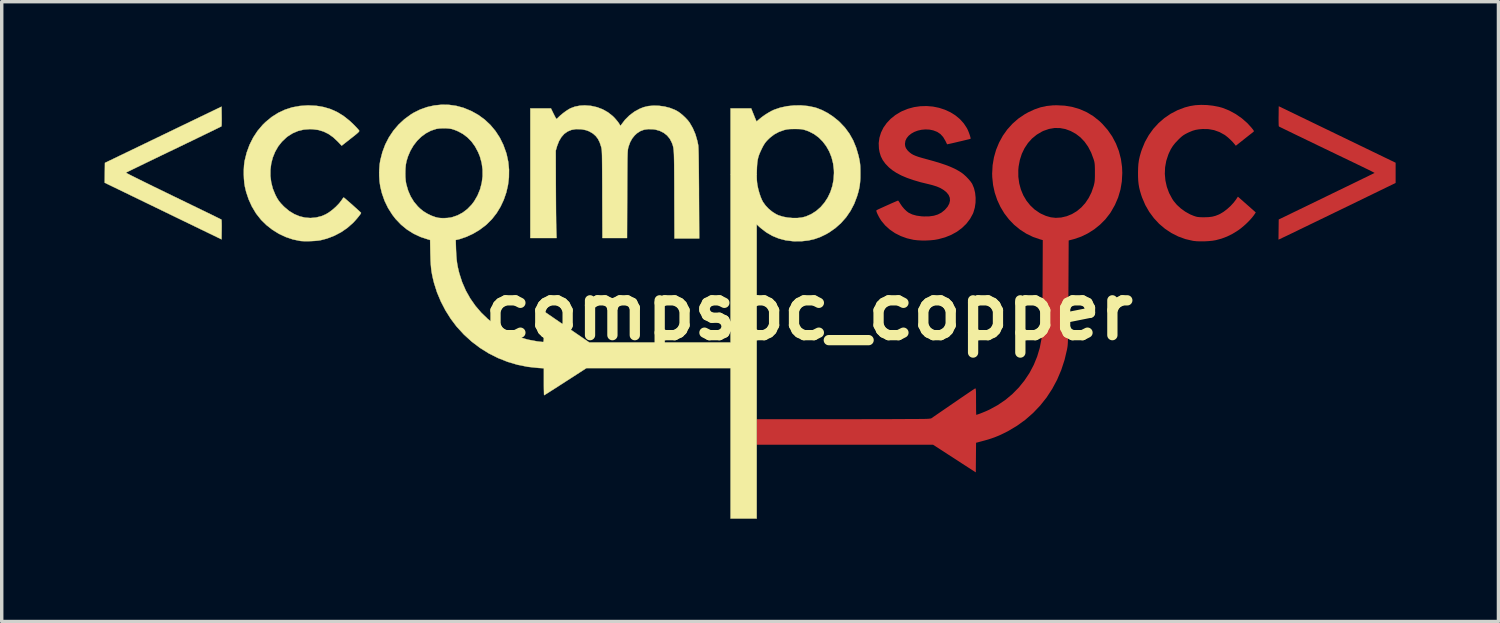
<source format=kicad_pcb>
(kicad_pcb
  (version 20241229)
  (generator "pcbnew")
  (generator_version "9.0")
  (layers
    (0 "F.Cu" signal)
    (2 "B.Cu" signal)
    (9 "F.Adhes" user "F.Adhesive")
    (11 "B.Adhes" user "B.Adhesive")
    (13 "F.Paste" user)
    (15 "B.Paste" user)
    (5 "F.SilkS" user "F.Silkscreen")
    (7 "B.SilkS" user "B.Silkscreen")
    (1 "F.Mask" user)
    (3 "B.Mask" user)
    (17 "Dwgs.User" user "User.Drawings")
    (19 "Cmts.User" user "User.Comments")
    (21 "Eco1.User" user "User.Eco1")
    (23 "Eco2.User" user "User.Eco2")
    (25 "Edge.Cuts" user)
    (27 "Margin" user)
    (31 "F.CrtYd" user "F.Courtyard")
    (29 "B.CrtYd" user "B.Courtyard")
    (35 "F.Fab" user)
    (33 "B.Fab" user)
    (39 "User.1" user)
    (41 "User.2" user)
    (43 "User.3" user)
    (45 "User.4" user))
  (footprint "compsoc_copper"
    (layer "F.Cu")
    (at 20.551 6.039)
    (property "Reference" "compsoc_copper" (at 0 0 0) (layer "F.SilkS") (effects (font (size 1.524 1.524) (thickness 0.3))))
    (attr through_hole)
    (fp_poly (pts (xy -17.134 -5.695) (xy -17.133 -5.609) (xy -17.134 -5.532) (xy -17.135 -5.469) (xy -17.138 -5.425) (xy -17.141 -5.404) (xy -17.141 -5.403) (xy -17.155 -5.395) (xy -17.193 -5.377) (xy -17.253 -5.347) (xy -17.333 -5.308) (xy -17.432 -5.26) (xy -17.549 -5.203) (xy -17.681 -5.139) (xy -17.826 -5.069) (xy -17.984 -4.992) (xy -18.153 -4.911) (xy -18.331 -4.825) (xy -18.515 -4.736) (xy -18.535 -4.727) (xy -18.72 -4.638) (xy -18.899 -4.552) (xy -19.068 -4.47) (xy -19.228 -4.393) (xy -19.375 -4.322) (xy -19.508 -4.257) (xy -19.626 -4.2) (xy -19.727 -4.151) (xy -19.81 -4.11) (xy -19.872 -4.08) (xy -19.912 -4.06) (xy -19.929 -4.051) (xy -19.929 -4.051) (xy -19.918 -4.044) (xy -19.883 -4.025) (xy -19.826 -3.995) (xy -19.749 -3.956) (xy -19.652 -3.908) (xy -19.538 -3.851) (xy -19.408 -3.787) (xy -19.264 -3.716) (xy -19.108 -3.639) (xy -18.94 -3.558) (xy -18.764 -3.472) (xy -18.579 -3.382) (xy -18.546 -3.366) (xy -18.36 -3.276) (xy -18.181 -3.189) (xy -18.01 -3.106) (xy -17.851 -3.029) (xy -17.703 -2.957) (xy -17.568 -2.892) (xy -17.449 -2.834) (xy -17.347 -2.784) (xy -17.264 -2.743) (xy -17.201 -2.712) (xy -17.16 -2.691) (xy -17.142 -2.682) (xy -17.141 -2.682) (xy -17.138 -2.665) (xy -17.136 -2.625) (xy -17.134 -2.565) (xy -17.133 -2.491) (xy -17.134 -2.406) (xy -17.134 -2.389) (xy -17.138 -2.106) (xy -18.842 -2.932) (xy -20.546 -3.758) (xy -20.543 -4.047) (xy -20.539 -4.337) (xy -18.838 -5.157) (xy -17.138 -5.977) (xy -17.134 -5.695)) (stroke (width 0.01) (type solid)) (fill yes) (layer "F.SilkS"))
    (fp_poly (pts (xy -14.364 -6.001) (xy -14.151 -5.964) (xy -13.95 -5.903) (xy -13.759 -5.817) (xy -13.576 -5.704) (xy -13.401 -5.565) (xy -13.298 -5.469) (xy -13.243 -5.413) (xy -13.194 -5.362) (xy -13.155 -5.319) (xy -13.131 -5.29) (xy -13.125 -5.282) (xy -13.121 -5.271) (xy -13.123 -5.259) (xy -13.133 -5.244) (xy -13.153 -5.223) (xy -13.186 -5.193) (xy -13.234 -5.153) (xy -13.3 -5.1) (xy -13.371 -5.045) (xy -13.632 -4.839) (xy -13.746 -4.959) (xy -13.878 -5.083) (xy -14.015 -5.18) (xy -14.159 -5.251) (xy -14.312 -5.297) (xy -14.477 -5.319) (xy -14.563 -5.322) (xy -14.739 -5.308) (xy -14.905 -5.268) (xy -15.062 -5.201) (xy -15.209 -5.108) (xy -15.243 -5.081) (xy -15.374 -4.957) (xy -15.485 -4.817) (xy -15.574 -4.661) (xy -15.642 -4.495) (xy -15.688 -4.319) (xy -15.711 -4.137) (xy -15.712 -3.953) (xy -15.688 -3.767) (xy -15.641 -3.584) (xy -15.568 -3.406) (xy -15.563 -3.396) (xy -15.516 -3.307) (xy -15.467 -3.23) (xy -15.41 -3.159) (xy -15.339 -3.084) (xy -15.299 -3.045) (xy -15.162 -2.931) (xy -15.015 -2.842) (xy -14.862 -2.778) (xy -14.703 -2.74) (xy -14.543 -2.728) (xy -14.382 -2.742) (xy -14.223 -2.782) (xy -14.096 -2.836) (xy -14 -2.894) (xy -13.9 -2.969) (xy -13.801 -3.056) (xy -13.712 -3.148) (xy -13.641 -3.238) (xy -13.624 -3.263) (xy -13.6 -3.299) (xy -13.58 -3.322) (xy -13.572 -3.327) (xy -13.558 -3.316) (xy -13.526 -3.29) (xy -13.482 -3.252) (xy -13.427 -3.204) (xy -13.366 -3.151) (xy -13.303 -3.095) (xy -13.241 -3.039) (xy -13.183 -2.987) (xy -13.133 -2.942) (xy -13.095 -2.906) (xy -13.072 -2.884) (xy -13.067 -2.878) (xy -13.076 -2.858) (xy -13.1 -2.822) (xy -13.136 -2.775) (xy -13.179 -2.722) (xy -13.227 -2.667) (xy -13.274 -2.615) (xy -13.301 -2.587) (xy -13.467 -2.44) (xy -13.651 -2.314) (xy -13.85 -2.21) (xy -14.062 -2.129) (xy -14.245 -2.081) (xy -14.317 -2.07) (xy -14.409 -2.061) (xy -14.511 -2.055) (xy -14.617 -2.052) (xy -14.716 -2.052) (xy -14.801 -2.056) (xy -14.842 -2.06) (xy -15.055 -2.104) (xy -15.263 -2.174) (xy -15.463 -2.268) (xy -15.651 -2.384) (xy -15.825 -2.52) (xy -15.982 -2.674) (xy -16.117 -2.844) (xy -16.138 -2.874) (xy -16.254 -3.069) (xy -16.346 -3.272) (xy -16.419 -3.49) (xy -16.455 -3.641) (xy -16.472 -3.747) (xy -16.483 -3.872) (xy -16.488 -4.006) (xy -16.487 -4.141) (xy -16.48 -4.268) (xy -16.466 -4.377) (xy -16.463 -4.396) (xy -16.403 -4.638) (xy -16.32 -4.864) (xy -16.214 -5.075) (xy -16.087 -5.269) (xy -15.938 -5.445) (xy -15.851 -5.53) (xy -15.674 -5.676) (xy -15.486 -5.795) (xy -15.288 -5.888) (xy -15.079 -5.956) (xy -14.858 -5.997) (xy -14.626 -6.013) (xy -14.591 -6.013) (xy -14.364 -6.001)) (stroke (width 0.01) (type solid)) (fill yes) (layer "F.SilkS"))
    (fp_poly (pts (xy -6.357 -6) (xy -6.181 -5.961) (xy -6.016 -5.898) (xy -5.862 -5.811) (xy -5.724 -5.702) (xy -5.67 -5.648) (xy -5.624 -5.595) (xy -5.58 -5.542) (xy -5.546 -5.495) (xy -5.537 -5.481) (xy -5.498 -5.414) (xy -5.476 -5.448) (xy -5.365 -5.594) (xy -5.235 -5.723) (xy -5.09 -5.832) (xy -4.933 -5.917) (xy -4.822 -5.961) (xy -4.683 -5.994) (xy -4.531 -6.007) (xy -4.371 -6.002) (xy -4.21 -5.98) (xy -4.055 -5.94) (xy -3.91 -5.883) (xy -3.829 -5.84) (xy -3.759 -5.792) (xy -3.682 -5.728) (xy -3.605 -5.656) (xy -3.536 -5.582) (xy -3.483 -5.514) (xy -3.482 -5.512) (xy -3.389 -5.352) (xy -3.312 -5.172) (xy -3.255 -4.975) (xy -3.23 -4.854) (xy -3.227 -4.821) (xy -3.224 -4.762) (xy -3.221 -4.675) (xy -3.218 -4.562) (xy -3.216 -4.421) (xy -3.214 -4.253) (xy -3.212 -4.057) (xy -3.21 -3.833) (xy -3.208 -3.582) (xy -3.208 -3.447) (xy -3.201 -2.131) (xy -3.922 -2.131) (xy -3.927 -3.411) (xy -3.927 -3.635) (xy -3.928 -3.833) (xy -3.929 -4.006) (xy -3.93 -4.157) (xy -3.931 -4.287) (xy -3.933 -4.398) (xy -3.935 -4.492) (xy -3.937 -4.571) (xy -3.94 -4.638) (xy -3.944 -4.693) (xy -3.949 -4.738) (xy -3.954 -4.777) (xy -3.961 -4.809) (xy -3.968 -4.838) (xy -3.977 -4.866) (xy -3.987 -4.893) (xy -3.998 -4.923) (xy -4.002 -4.932) (xy -4.059 -5.042) (xy -4.138 -5.137) (xy -4.236 -5.214) (xy -4.352 -5.272) (xy -4.482 -5.309) (xy -4.549 -5.318) (xy -4.686 -5.322) (xy -4.808 -5.305) (xy -4.917 -5.265) (xy -5.016 -5.201) (xy -5.085 -5.137) (xy -5.157 -5.047) (xy -5.215 -4.943) (xy -5.26 -4.819) (xy -5.272 -4.777) (xy -5.276 -4.758) (xy -5.28 -4.737) (xy -5.283 -4.712) (xy -5.286 -4.681) (xy -5.289 -4.643) (xy -5.291 -4.595) (xy -5.293 -4.535) (xy -5.295 -4.462) (xy -5.296 -4.374) (xy -5.297 -4.269) (xy -5.298 -4.145) (xy -5.299 -4.001) (xy -5.3 -3.834) (xy -5.301 -3.642) (xy -5.302 -3.424) (xy -5.302 -3.411) (xy -5.307 -2.145) (xy -6.024 -2.145) (xy -6.029 -3.425) (xy -6.029 -3.645) (xy -6.03 -3.837) (xy -6.031 -4.006) (xy -6.032 -4.151) (xy -6.033 -4.276) (xy -6.034 -4.382) (xy -6.035 -4.471) (xy -6.036 -4.545) (xy -6.038 -4.605) (xy -6.04 -4.654) (xy -6.042 -4.693) (xy -6.045 -4.724) (xy -6.049 -4.75) (xy -6.053 -4.771) (xy -6.057 -4.79) (xy -6.062 -4.809) (xy -6.064 -4.814) (xy -6.105 -4.938) (xy -6.156 -5.038) (xy -6.218 -5.119) (xy -6.294 -5.187) (xy -6.326 -5.208) (xy -6.413 -5.258) (xy -6.503 -5.291) (xy -6.604 -5.312) (xy -6.657 -5.319) (xy -6.799 -5.322) (xy -6.926 -5.3) (xy -7.039 -5.254) (xy -7.138 -5.184) (xy -7.222 -5.089) (xy -7.292 -4.971) (xy -7.348 -4.828) (xy -7.355 -4.802) (xy -7.387 -4.692) (xy -7.384 -3.704) (xy -7.383 -3.53) (xy -7.382 -3.358) (xy -7.381 -3.19) (xy -7.38 -3.029) (xy -7.379 -2.879) (xy -7.377 -2.744) (xy -7.376 -2.625) (xy -7.374 -2.527) (xy -7.373 -2.453) (xy -7.372 -2.431) (xy -7.363 -2.145) (xy -8.128 -2.145) (xy -8.128 -5.927) (xy -7.527 -5.927) (xy -7.451 -5.771) (xy -7.421 -5.712) (xy -7.395 -5.663) (xy -7.376 -5.63) (xy -7.366 -5.616) (xy -7.366 -5.616) (xy -7.352 -5.626) (xy -7.326 -5.65) (xy -7.302 -5.674) (xy -7.243 -5.729) (xy -7.169 -5.789) (xy -7.089 -5.848) (xy -7.012 -5.898) (xy -6.959 -5.928) (xy -6.829 -5.977) (xy -6.681 -6.006) (xy -6.54 -6.014) (xy -6.357 -6)) (stroke (width 0.01) (type solid)) (fill yes) (layer "F.SilkS"))
    (fp_poly (pts (xy -10.5 -6.03) (xy -10.287 -6) (xy -10.08 -5.944) (xy -10.064 -5.938) (xy -9.845 -5.847) (xy -9.642 -5.733) (xy -9.458 -5.598) (xy -9.292 -5.442) (xy -9.146 -5.267) (xy -9.02 -5.074) (xy -8.916 -4.863) (xy -8.834 -4.636) (xy -8.819 -4.586) (xy -8.772 -4.365) (xy -8.75 -4.14) (xy -8.753 -3.914) (xy -8.78 -3.691) (xy -8.83 -3.472) (xy -8.903 -3.261) (xy -8.997 -3.06) (xy -9.111 -2.872) (xy -9.246 -2.699) (xy -9.399 -2.545) (xy -9.44 -2.51) (xy -9.614 -2.38) (xy -9.799 -2.27) (xy -9.991 -2.181) (xy -10.183 -2.115) (xy -10.264 -2.096) (xy -10.305 -2.087) (xy -10.297 -1.816) (xy -10.29 -1.664) (xy -10.28 -1.532) (xy -10.265 -1.412) (xy -10.244 -1.295) (xy -10.216 -1.173) (xy -10.202 -1.118) (xy -10.119 -0.86) (xy -10.012 -0.614) (xy -9.882 -0.382) (xy -9.73 -0.165) (xy -9.559 0.035) (xy -9.369 0.218) (xy -9.162 0.382) (xy -8.94 0.525) (xy -8.704 0.647) (xy -8.456 0.747) (xy -8.196 0.821) (xy -7.928 0.871) (xy -7.903 0.874) (xy -7.845 0.881) (xy -7.796 0.886) (xy -7.763 0.889) (xy -7.758 0.889) (xy -7.751 0.887) (xy -7.746 0.881) (xy -7.741 0.866) (xy -7.738 0.84) (xy -7.735 0.801) (xy -7.733 0.745) (xy -7.732 0.669) (xy -7.731 0.571) (xy -7.73 0.448) (xy -7.73 0.443) (xy -7.726 -0.002) (xy -7.067 0.45) (xy -6.407 0.903) (xy -2.286 0.903) (xy -2.286 -3.993) (xy -1.523 -3.993) (xy -1.522 -3.904) (xy -1.519 -3.829) (xy -1.513 -3.762) (xy -1.504 -3.696) (xy -1.504 -3.694) (xy -1.48 -3.579) (xy -1.448 -3.462) (xy -1.411 -3.351) (xy -1.37 -3.254) (xy -1.339 -3.195) (xy -1.265 -3.092) (xy -1.172 -2.994) (xy -1.066 -2.908) (xy -0.956 -2.839) (xy -0.89 -2.808) (xy -0.762 -2.768) (xy -0.622 -2.741) (xy -0.478 -2.728) (xy -0.335 -2.728) (xy -0.203 -2.743) (xy -0.093 -2.771) (xy 0.066 -2.84) (xy 0.211 -2.932) (xy 0.342 -3.046) (xy 0.455 -3.178) (xy 0.551 -3.326) (xy 0.628 -3.489) (xy 0.685 -3.665) (xy 0.72 -3.85) (xy 0.732 -4.043) (xy 0.729 -4.135) (xy 0.706 -4.322) (xy 0.661 -4.5) (xy 0.594 -4.668) (xy 0.508 -4.821) (xy 0.404 -4.959) (xy 0.284 -5.079) (xy 0.149 -5.178) (xy 0.001 -5.254) (xy -0.067 -5.28) (xy -0.124 -5.298) (xy -0.17 -5.311) (xy -0.213 -5.319) (xy -0.262 -5.323) (xy -0.323 -5.325) (xy -0.404 -5.326) (xy -0.409 -5.326) (xy -0.498 -5.325) (xy -0.566 -5.323) (xy -0.622 -5.317) (xy -0.671 -5.308) (xy -0.723 -5.295) (xy -0.726 -5.294) (xy -0.88 -5.239) (xy -1.016 -5.165) (xy -1.139 -5.069) (xy -1.179 -5.031) (xy -1.232 -4.977) (xy -1.272 -4.929) (xy -1.306 -4.879) (xy -1.341 -4.819) (xy -1.373 -4.755) (xy -1.418 -4.66) (xy -1.453 -4.576) (xy -1.479 -4.496) (xy -1.497 -4.414) (xy -1.509 -4.323) (xy -1.516 -4.217) (xy -1.52 -4.104) (xy -1.523 -3.993) (xy -2.286 -3.993) (xy -2.286 -5.927) (xy -1.685 -5.927) (xy -1.61 -5.74) (xy -1.583 -5.673) (xy -1.559 -5.615) (xy -1.541 -5.573) (xy -1.531 -5.55) (xy -1.53 -5.547) (xy -1.518 -5.553) (xy -1.491 -5.574) (xy -1.455 -5.606) (xy -1.45 -5.61) (xy -1.375 -5.671) (xy -1.283 -5.737) (xy -1.185 -5.799) (xy -1.089 -5.852) (xy -1.018 -5.886) (xy -0.836 -5.948) (xy -0.64 -5.99) (xy -0.435 -6.012) (xy -0.229 -6.014) (xy -0.027 -5.995) (xy 0.165 -5.956) (xy 0.226 -5.938) (xy 0.384 -5.876) (xy 0.545 -5.792) (xy 0.703 -5.688) (xy 0.851 -5.57) (xy 0.899 -5.526) (xy 1.052 -5.364) (xy 1.182 -5.187) (xy 1.291 -4.993) (xy 1.378 -4.781) (xy 1.446 -4.55) (xy 1.463 -4.475) (xy 1.477 -4.406) (xy 1.487 -4.345) (xy 1.494 -4.286) (xy 1.498 -4.222) (xy 1.5 -4.144) (xy 1.501 -4.047) (xy 1.501 -4.029) (xy 1.5 -3.893) (xy 1.493 -3.777) (xy 1.481 -3.672) (xy 1.462 -3.57) (xy 1.434 -3.46) (xy 1.402 -3.355) (xy 1.32 -3.14) (xy 1.214 -2.938) (xy 1.087 -2.752) (xy 0.938 -2.583) (xy 0.771 -2.434) (xy 0.586 -2.305) (xy 0.493 -2.252) (xy 0.324 -2.171) (xy 0.158 -2.113) (xy -0.013 -2.074) (xy -0.198 -2.053) (xy -0.241 -2.051) (xy -0.465 -2.052) (xy -0.677 -2.078) (xy -0.877 -2.13) (xy -1.065 -2.207) (xy -1.243 -2.31) (xy -1.41 -2.439) (xy -1.443 -2.468) (xy -1.524 -2.543) (xy -1.524 6.04) (xy -2.286 6.04) (xy -2.286 1.651) (xy -6.492 1.651) (xy -7.104 2.046) (xy -7.222 2.122) (xy -7.333 2.194) (xy -7.435 2.259) (xy -7.525 2.316) (xy -7.601 2.365) (xy -7.66 2.402) (xy -7.702 2.428) (xy -7.722 2.44) (xy -7.724 2.441) (xy -7.727 2.428) (xy -7.729 2.39) (xy -7.73 2.33) (xy -7.732 2.254) (xy -7.733 2.163) (xy -7.733 2.062) (xy -7.733 2.048) (xy -7.733 1.655) (xy -7.89 1.646) (xy -8.198 1.613) (xy -8.498 1.554) (xy -8.789 1.468) (xy -9.07 1.357) (xy -9.339 1.222) (xy -9.595 1.062) (xy -9.837 0.879) (xy -10.063 0.674) (xy -10.272 0.446) (xy -10.28 0.437) (xy -10.451 0.21) (xy -10.605 -0.035) (xy -10.739 -0.294) (xy -10.851 -0.561) (xy -10.937 -0.832) (xy -10.946 -0.868) (xy -10.972 -0.976) (xy -10.993 -1.074) (xy -11.01 -1.168) (xy -11.022 -1.263) (xy -11.031 -1.365) (xy -11.038 -1.48) (xy -11.042 -1.614) (xy -11.045 -1.704) (xy -11.052 -2.088) (xy -11.111 -2.104) (xy -11.33 -2.176) (xy -11.535 -2.272) (xy -11.726 -2.392) (xy -11.9 -2.535) (xy -12.058 -2.7) (xy -12.153 -2.823) (xy -12.279 -3.021) (xy -12.38 -3.229) (xy -12.457 -3.449) (xy -12.505 -3.645) (xy -12.527 -3.795) (xy -12.537 -3.96) (xy -12.537 -4.045) (xy -11.776 -4.045) (xy -11.774 -3.922) (xy -11.764 -3.809) (xy -11.749 -3.72) (xy -11.694 -3.529) (xy -11.62 -3.358) (xy -11.526 -3.204) (xy -11.41 -3.066) (xy -11.344 -3.002) (xy -11.247 -2.924) (xy -11.133 -2.854) (xy -11.013 -2.796) (xy -10.893 -2.753) (xy -10.809 -2.733) (xy -10.732 -2.726) (xy -10.639 -2.725) (xy -10.543 -2.73) (xy -10.455 -2.741) (xy -10.411 -2.751) (xy -10.25 -2.806) (xy -10.099 -2.887) (xy -9.962 -2.992) (xy -9.839 -3.119) (xy -9.766 -3.216) (xy -9.668 -3.385) (xy -9.594 -3.566) (xy -9.545 -3.754) (xy -9.52 -3.948) (xy -9.521 -4.142) (xy -9.547 -4.335) (xy -9.599 -4.523) (xy -9.652 -4.652) (xy -9.741 -4.818) (xy -9.843 -4.959) (xy -9.96 -5.079) (xy -10.093 -5.18) (xy -10.232 -5.256) (xy -10.295 -5.283) (xy -10.362 -5.308) (xy -10.419 -5.326) (xy -10.42 -5.326) (xy -10.493 -5.339) (xy -10.584 -5.346) (xy -10.681 -5.347) (xy -10.776 -5.342) (xy -10.858 -5.331) (xy -10.875 -5.327) (xy -11.028 -5.277) (xy -11.173 -5.201) (xy -11.308 -5.102) (xy -11.43 -4.983) (xy -11.537 -4.845) (xy -11.628 -4.69) (xy -11.7 -4.521) (xy -11.743 -4.38) (xy -11.761 -4.283) (xy -11.772 -4.168) (xy -11.776 -4.045) (xy -12.537 -4.045) (xy -12.536 -4.129) (xy -12.524 -4.293) (xy -12.505 -4.413) (xy -12.444 -4.65) (xy -12.36 -4.874) (xy -12.252 -5.084) (xy -12.122 -5.278) (xy -11.971 -5.455) (xy -11.799 -5.614) (xy -11.609 -5.752) (xy -11.536 -5.797) (xy -11.343 -5.893) (xy -11.14 -5.965) (xy -10.93 -6.012) (xy -10.715 -6.034) (xy -10.5 -6.03)) (stroke (width 0.01) (type solid)) (fill yes) (layer "F.SilkS"))
    (pad "5" smd custom (at 3.5 -2.5) (size 0.5 0.5) (layers "F.Cu" "F.Mask" "F.Paste") (options (anchor circle)) (primitives (gr_poly (pts (xy 0.117 -3.475) (xy 0.294 -3.439) (xy 0.463 -3.384) (xy 0.623 -3.311) (xy 0.769 -3.22) (xy 0.9 -3.112) (xy 1.013 -2.987) (xy 1.105 -2.848) (xy 1.125 -2.808) (xy 1.145 -2.763) (xy 1.166 -2.711) (xy 1.185 -2.656) (xy 1.201 -2.605) (xy 1.211 -2.566) (xy 1.213 -2.545) (xy 1.212 -2.544) (xy 1.197 -2.539) (xy 1.159 -2.529) (xy 1.104 -2.516) (xy 1.034 -2.499) (xy 0.956 -2.48) (xy 0.873 -2.461) (xy 0.79 -2.441) (xy 0.712 -2.423) (xy 0.643 -2.407) (xy 0.587 -2.395) (xy 0.549 -2.387) (xy 0.534 -2.385) (xy 0.534 -2.385) (xy 0.527 -2.399) (xy 0.511 -2.432) (xy 0.49 -2.476) (xy 0.487 -2.481) (xy 0.421 -2.593) (xy 0.341 -2.681) (xy 0.246 -2.745) (xy 0.238 -2.748) (xy 0.129 -2.79) (xy 0.016 -2.813) (xy -0.1 -2.818) (xy -0.215 -2.808) (xy -0.325 -2.783) (xy -0.427 -2.745) (xy -0.517 -2.694) (xy -0.594 -2.632) (xy -0.652 -2.561) (xy -0.69 -2.481) (xy -0.703 -2.393) (xy -0.696 -2.325) (xy -0.674 -2.265) (xy -0.633 -2.206) (xy -0.595 -2.166) (xy -0.553 -2.129) (xy -0.507 -2.095) (xy -0.453 -2.065) (xy -0.386 -2.036) (xy -0.305 -2.007) (xy -0.203 -1.977) (xy -0.078 -1.942) (xy -0.061 -1.938) (xy 0.144 -1.881) (xy 0.324 -1.827) (xy 0.481 -1.774) (xy 0.619 -1.721) (xy 0.74 -1.667) (xy 0.847 -1.61) (xy 0.943 -1.551) (xy 1.009 -1.501) (xy 1.08 -1.437) (xy 1.148 -1.366) (xy 1.209 -1.295) (xy 1.254 -1.231) (xy 1.262 -1.216) (xy 1.312 -1.097) (xy 1.344 -0.963) (xy 1.359 -0.82) (xy 1.356 -0.673) (xy 1.335 -0.53) (xy 1.296 -0.397) (xy 1.281 -0.358) (xy 1.198 -0.206) (xy 1.092 -0.067) (xy 0.964 0.058) (xy 0.817 0.167) (xy 0.652 0.258) (xy 0.472 0.331) (xy 0.278 0.384) (xy 0.169 0.404) (xy 0.051 0.416) (xy -0.079 0.423) (xy -0.212 0.423) (xy -0.338 0.416) (xy -0.447 0.403) (xy -0.447 0.403) (xy -0.638 0.359) (xy -0.82 0.293) (xy -0.988 0.208) (xy -1.139 0.104) (xy -1.272 -0.016) (xy -1.383 -0.15) (xy -1.393 -0.165) (xy -1.43 -0.223) (xy -1.464 -0.284) (xy -1.493 -0.342) (xy -1.515 -0.393) (xy -1.527 -0.431) (xy -1.526 -0.45) (xy -1.526 -0.45) (xy -1.51 -0.459) (xy -1.474 -0.477) (xy -1.42 -0.502) (xy -1.354 -0.532) (xy -1.279 -0.566) (xy -1.201 -0.601) (xy -1.124 -0.636) (xy -1.051 -0.668) (xy -0.988 -0.695) (xy -0.939 -0.716) (xy -0.908 -0.729) (xy -0.899 -0.731) (xy -0.888 -0.72) (xy -0.868 -0.69) (xy -0.841 -0.648) (xy -0.837 -0.64) (xy -0.786 -0.566) (xy -0.724 -0.492) (xy -0.658 -0.428) (xy -0.596 -0.38) (xy -0.592 -0.378) (xy -0.487 -0.328) (xy -0.363 -0.293) (xy -0.218 -0.273) (xy -0.145 -0.269) (xy 0.01 -0.271) (xy 0.145 -0.29) (xy 0.263 -0.326) (xy 0.367 -0.38) (xy 0.46 -0.454) (xy 0.476 -0.469) (xy 0.552 -0.558) (xy 0.6 -0.647) (xy 0.621 -0.735) (xy 0.615 -0.82) (xy 0.582 -0.901) (xy 0.522 -0.977) (xy 0.52 -0.979) (xy 0.439 -1.046) (xy 0.345 -1.103) (xy 0.233 -1.152) (xy 0.099 -1.194) (xy -0.000443 -1.219) (xy -0.239 -1.277) (xy -0.45 -1.339) (xy -0.637 -1.404) (xy -0.8 -1.473) (xy -0.942 -1.548) (xy -1.064 -1.628) (xy -1.163 -1.709) (xy -1.265 -1.815) (xy -1.342 -1.921) (xy -1.398 -2.032) (xy -1.435 -2.155) (xy -1.452 -2.254) (xy -1.459 -2.413) (xy -1.438 -2.569) (xy -1.392 -2.719) (xy -1.322 -2.862) (xy -1.227 -2.996) (xy -1.111 -3.119) (xy -0.974 -3.229) (xy -0.817 -3.323) (xy -0.785 -3.339) (xy -0.611 -3.41) (xy -0.431 -3.459) (xy -0.248 -3.485) (xy -0.064 -3.49) (xy 0.117 -3.475)) (width 0.01) (fill yes))))
    (pad "6" smd custom (at 7.25 -2.25) (size 0.5 0.5) (layers "F.Cu" "F.Mask" "F.Paste") (options (anchor circle)) (primitives (gr_poly (pts (xy 0.215 -3.751) (xy 0.44 -3.713) (xy 0.653 -3.649) (xy 0.855 -3.56) (xy 1.043 -3.446) (xy 1.22 -3.306) (xy 1.304 -3.225) (xy 1.461 -3.047) (xy 1.595 -2.854) (xy 1.704 -2.647) (xy 1.789 -2.429) (xy 1.848 -2.201) (xy 1.881 -1.965) (xy 1.888 -1.793) (xy 1.875 -1.547) (xy 1.835 -1.309) (xy 1.768 -1.081) (xy 1.674 -0.862) (xy 1.554 -0.652) (xy 1.526 -0.61) (xy 1.395 -0.442) (xy 1.242 -0.289) (xy 1.072 -0.152) (xy 0.887 -0.035) (xy 0.692 0.06) (xy 0.49 0.13) (xy 0.452 0.14) (xy 0.324 0.173) (xy 0.316 1.681) (xy 0.314 1.92) (xy 0.313 2.132) (xy 0.312 2.32) (xy 0.311 2.485) (xy 0.31 2.629) (xy 0.309 2.754) (xy 0.307 2.86) (xy 0.306 2.951) (xy 0.304 3.027) (xy 0.302 3.091) (xy 0.3 3.144) (xy 0.298 3.189) (xy 0.295 3.226) (xy 0.292 3.257) (xy 0.288 3.285) (xy 0.284 3.311) (xy 0.279 3.337) (xy 0.277 3.351) (xy 0.204 3.66) (xy 0.107 3.956) (xy -0.013 4.238) (xy -0.156 4.505) (xy -0.32 4.756) (xy -0.506 4.99) (xy -0.712 5.206) (xy -0.937 5.403) (xy -1.182 5.58) (xy -1.444 5.736) (xy -1.553 5.791) (xy -1.652 5.839) (xy -1.744 5.879) (xy -1.833 5.915) (xy -1.927 5.948) (xy -2.029 5.981) (xy -2.147 6.014) (xy -2.286 6.051) (xy -2.325 6.062) (xy -2.378 6.075) (xy -2.382 6.505) (xy -2.386 6.935) (xy -3.627 6.131) (xy -6.199 6.131) (xy -8.771 6.131) (xy -8.771 5.397) (xy -6.319 5.396) (xy -6.057 5.396) (xy -5.801 5.396) (xy -5.554 5.395) (xy -5.316 5.395) (xy -5.09 5.394) (xy -4.876 5.394) (xy -4.677 5.393) (xy -4.494 5.392) (xy -4.328 5.391) (xy -4.18 5.391) (xy -4.053 5.39) (xy -3.948 5.389) (xy -3.866 5.388) (xy -3.809 5.386) (xy -3.779 5.385) (xy -3.775 5.385) (xy -3.684 5.375) (xy -3.052 4.941) (xy -2.932 4.859) (xy -2.819 4.781) (xy -2.715 4.71) (xy -2.622 4.647) (xy -2.542 4.593) (xy -2.478 4.55) (xy -2.431 4.519) (xy -2.405 4.502) (xy -2.399 4.499) (xy -2.393 4.499) (xy -2.388 4.509) (xy -2.385 4.53) (xy -2.382 4.566) (xy -2.38 4.62) (xy -2.379 4.694) (xy -2.379 4.791) (xy -2.379 4.88) (xy -2.378 4.982) (xy -2.378 5.073) (xy -2.377 5.152) (xy -2.375 5.213) (xy -2.374 5.253) (xy -2.372 5.27) (xy -2.372 5.27) (xy -2.346 5.264) (xy -2.3 5.249) (xy -2.24 5.227) (xy -2.17 5.199) (xy -2.097 5.169) (xy -2.025 5.137) (xy -1.976 5.114) (xy -1.738 4.984) (xy -1.515 4.833) (xy -1.31 4.661) (xy -1.123 4.471) (xy -0.956 4.264) (xy -0.809 4.043) (xy -0.685 3.808) (xy -0.585 3.563) (xy -0.509 3.308) (xy -0.459 3.046) (xy -0.446 2.934) (xy -0.444 2.896) (xy -0.442 2.832) (xy -0.44 2.744) (xy -0.437 2.634) (xy -0.435 2.505) (xy -0.433 2.358) (xy -0.432 2.195) (xy -0.43 2.02) (xy -0.429 1.833) (xy -0.428 1.637) (xy -0.427 1.471) (xy -0.422 0.162) (xy -0.501 0.141) (xy -0.71 0.069) (xy -0.907 -0.027) (xy -1.09 -0.145) (xy -1.258 -0.283) (xy -1.409 -0.44) (xy -1.543 -0.614) (xy -1.657 -0.803) (xy -1.751 -1.005) (xy -1.823 -1.218) (xy -1.872 -1.441) (xy -1.896 -1.672) (xy -1.899 -1.779) (xy -1.893 -1.877) (xy -1.146 -1.877) (xy -1.145 -1.68) (xy -1.119 -1.489) (xy -1.07 -1.308) (xy -1 -1.139) (xy -0.908 -0.983) (xy -0.797 -0.844) (xy -0.668 -0.722) (xy -0.521 -0.622) (xy -0.486 -0.602) (xy -0.337 -0.535) (xy -0.194 -0.494) (xy -0.049 -0.478) (xy 0.099 -0.487) (xy 0.111 -0.488) (xy 0.274 -0.526) (xy 0.428 -0.589) (xy 0.571 -0.675) (xy 0.702 -0.784) (xy 0.818 -0.913) (xy 0.917 -1.061) (xy 0.999 -1.225) (xy 1.061 -1.405) (xy 1.067 -1.426) (xy 1.079 -1.476) (xy 1.088 -1.521) (xy 1.094 -1.569) (xy 1.097 -1.625) (xy 1.099 -1.696) (xy 1.099 -1.787) (xy 1.099 -1.814) (xy 1.099 -1.909) (xy 1.097 -1.981) (xy 1.094 -2.037) (xy 1.089 -2.082) (xy 1.082 -2.122) (xy 1.071 -2.163) (xy 1.061 -2.195) (xy 0.99 -2.387) (xy 0.901 -2.559) (xy 0.796 -2.708) (xy 0.674 -2.836) (xy 0.542 -2.937) (xy 0.388 -3.022) (xy 0.231 -3.079) (xy 0.073 -3.108) (xy -0.087 -3.109) (xy -0.246 -3.082) (xy -0.405 -3.027) (xy -0.452 -3.005) (xy -0.606 -2.914) (xy -0.744 -2.801) (xy -0.863 -2.669) (xy -0.963 -2.519) (xy -1.043 -2.353) (xy -1.101 -2.173) (xy -1.137 -1.981) (xy -1.146 -1.877) (xy -1.893 -1.877) (xy -1.886 -2.016) (xy -1.847 -2.246) (xy -1.784 -2.467) (xy -1.697 -2.677) (xy -1.589 -2.875) (xy -1.459 -3.058) (xy -1.309 -3.224) (xy -1.141 -3.372) (xy -0.955 -3.499) (xy -0.844 -3.561) (xy -0.665 -3.643) (xy -0.492 -3.703) (xy -0.318 -3.741) (xy -0.136 -3.76) (xy -0.022 -3.763) (xy 0.215 -3.751)) (width 0.01) (fill yes))))
    (pad "7" smd custom (at 11 -2.5) (size 0.5 0.5) (layers "F.Cu" "F.Mask" "F.Paste") (options (anchor circle)) (primitives (gr_poly (pts (xy 0.615 -3.519) (xy 0.788 -3.5) (xy 0.951 -3.469) (xy 1.058 -3.44) (xy 1.258 -3.361) (xy 1.45 -3.257) (xy 1.628 -3.133) (xy 1.79 -2.991) (xy 1.908 -2.861) (xy 1.946 -2.814) (xy 1.968 -2.784) (xy 1.977 -2.765) (xy 1.974 -2.753) (xy 1.963 -2.743) (xy 1.944 -2.728) (xy 1.907 -2.699) (xy 1.855 -2.659) (xy 1.792 -2.609) (xy 1.721 -2.553) (xy 1.696 -2.533) (xy 1.456 -2.343) (xy 1.422 -2.387) (xy 1.37 -2.447) (xy 1.304 -2.514) (xy 1.232 -2.58) (xy 1.163 -2.635) (xy 1.133 -2.657) (xy 0.982 -2.74) (xy 0.823 -2.797) (xy 0.656 -2.827) (xy 0.49 -2.83) (xy 0.378 -2.821) (xy 0.282 -2.805) (xy 0.19 -2.778) (xy 0.092 -2.737) (xy 0.038 -2.712) (xy -0.023 -2.68) (xy -0.074 -2.649) (xy -0.121 -2.614) (xy -0.173 -2.568) (xy -0.231 -2.511) (xy -0.319 -2.418) (xy -0.388 -2.33) (xy -0.446 -2.237) (xy -0.498 -2.129) (xy -0.519 -2.08) (xy -0.579 -1.897) (xy -0.613 -1.708) (xy -0.621 -1.516) (xy -0.604 -1.324) (xy -0.562 -1.136) (xy -0.496 -0.956) (xy -0.405 -0.786) (xy -0.363 -0.722) (xy -0.268 -0.609) (xy -0.151 -0.502) (xy -0.02 -0.408) (xy 0.12 -0.33) (xy 0.229 -0.285) (xy 0.278 -0.269) (xy 0.322 -0.257) (xy 0.366 -0.251) (xy 0.42 -0.247) (xy 0.49 -0.245) (xy 0.532 -0.245) (xy 0.658 -0.249) (xy 0.766 -0.262) (xy 0.863 -0.287) (xy 0.957 -0.324) (xy 0.997 -0.343) (xy 1.099 -0.404) (xy 1.204 -0.484) (xy 1.306 -0.576) (xy 1.396 -0.674) (xy 1.461 -0.759) (xy 1.517 -0.844) (xy 1.719 -0.666) (xy 1.787 -0.606) (xy 1.851 -0.55) (xy 1.907 -0.5) (xy 1.951 -0.462) (xy 1.976 -0.439) (xy 2.031 -0.39) (xy 1.977 -0.31) (xy 1.924 -0.242) (xy 1.854 -0.164) (xy 1.773 -0.082) (xy 1.686 -0.003) (xy 1.6 0.069) (xy 1.521 0.127) (xy 1.358 0.228) (xy 1.199 0.307) (xy 1.038 0.368) (xy 0.871 0.413) (xy 0.779 0.429) (xy 0.669 0.44) (xy 0.55 0.447) (xy 0.429 0.448) (xy 0.317 0.445) (xy 0.222 0.435) (xy 0.207 0.433) (xy -0.014 0.382) (xy -0.225 0.305) (xy -0.424 0.204) (xy -0.609 0.081) (xy -0.779 -0.063) (xy -0.931 -0.227) (xy -1.066 -0.409) (xy -1.18 -0.607) (xy -1.272 -0.821) (xy -1.3 -0.901) (xy -1.334 -1.015) (xy -1.359 -1.117) (xy -1.376 -1.215) (xy -1.387 -1.318) (xy -1.392 -1.434) (xy -1.393 -1.543) (xy -1.39 -1.685) (xy -1.382 -1.807) (xy -1.366 -1.92) (xy -1.341 -2.031) (xy -1.307 -2.15) (xy -1.28 -2.229) (xy -1.192 -2.444) (xy -1.08 -2.643) (xy -0.948 -2.827) (xy -0.796 -2.993) (xy -0.627 -3.14) (xy -0.442 -3.266) (xy -0.243 -3.37) (xy -0.032 -3.45) (xy 0.125 -3.491) (xy 0.275 -3.515) (xy 0.442 -3.524) (xy 0.615 -3.519)) (width 0.01) (fill yes))))
    (pad "8" smd custom (at 14.927 -2.989) (size 0.5 0.5) (layers "F.Cu" "F.Mask" "F.Paste") (options (anchor circle)) (primitives (gr_poly (pts (xy 0.486 -2.171) (xy 2.186 -1.349) (xy 2.186 -0.765) (xy 0.599 0.006) (xy 0.398 0.103) (xy 0.202 0.198) (xy 0.014 0.289) (xy -0.166 0.376) (xy -0.335 0.458) (xy -0.492 0.534) (xy -0.635 0.603) (xy -0.762 0.665) (xy -0.872 0.718) (xy -0.963 0.762) (xy -1.034 0.796) (xy -1.083 0.819) (xy -1.106 0.83) (xy -1.222 0.885) (xy -1.215 0.307) (xy 0.161 -0.36) (xy 0.346 -0.45) (xy 0.525 -0.537) (xy 0.695 -0.619) (xy 0.855 -0.697) (xy 1.002 -0.768) (xy 1.137 -0.834) (xy 1.256 -0.892) (xy 1.358 -0.941) (xy 1.441 -0.982) (xy 1.505 -1.013) (xy 1.546 -1.034) (xy 1.564 -1.042) (xy 1.564 -1.043) (xy 1.57 -1.045) (xy 1.576 -1.046) (xy 1.582 -1.047) (xy 1.585 -1.049) (xy 1.586 -1.052) (xy 1.581 -1.057) (xy 1.571 -1.064) (xy 1.553 -1.074) (xy 1.526 -1.088) (xy 1.49 -1.107) (xy 1.442 -1.131) (xy 1.382 -1.161) (xy 1.307 -1.197) (xy 1.217 -1.241) (xy 1.111 -1.292) (xy 0.987 -1.352) (xy 0.843 -1.421) (xy 0.679 -1.5) (xy 0.493 -1.589) (xy 0.284 -1.69) (xy 0.14 -1.759) (xy -0.043 -1.847) (xy -0.218 -1.932) (xy -0.385 -2.012) (xy -0.541 -2.088) (xy -0.685 -2.157) (xy -0.815 -2.22) (xy -0.93 -2.276) (xy -1.027 -2.323) (xy -1.106 -2.362) (xy -1.164 -2.39) (xy -1.2 -2.408) (xy -1.211 -2.415) (xy -1.215 -2.431) (xy -1.217 -2.472) (xy -1.218 -2.532) (xy -1.219 -2.606) (xy -1.219 -2.692) (xy -1.218 -2.709) (xy -1.215 -2.993) (xy 0.486 -2.171)) (width 0.01) (fill yes)))))
  (gr_rect
    (start -3 -3)
    (end 40.669 15.083)
    (stroke (width 0.1) (type default))
    (fill no)
    (layer "Edge.Cuts")))
</source>
